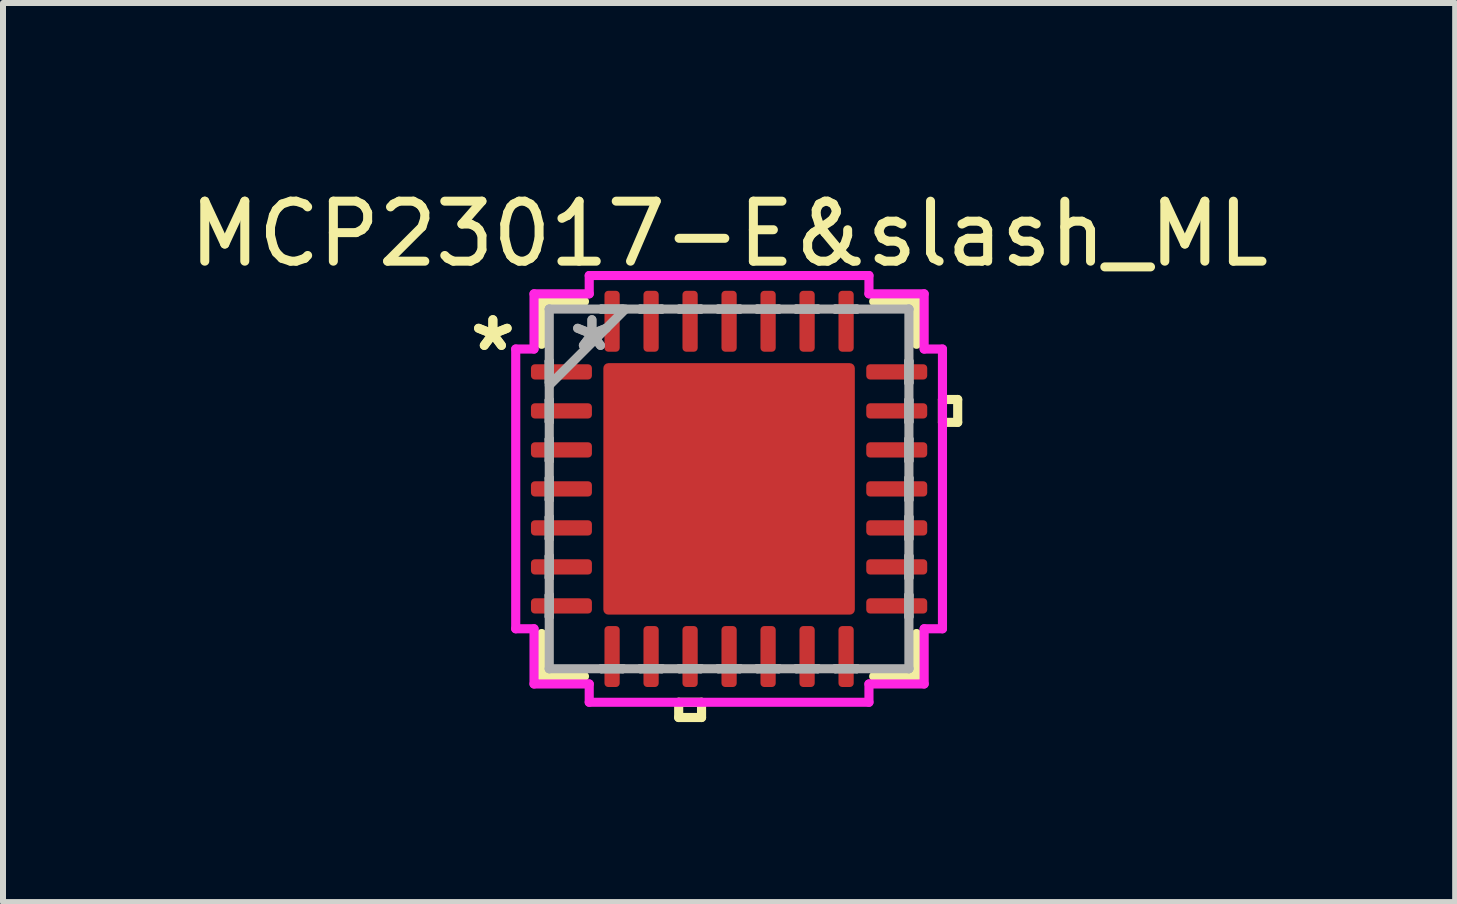
<source format=kicad_pcb>
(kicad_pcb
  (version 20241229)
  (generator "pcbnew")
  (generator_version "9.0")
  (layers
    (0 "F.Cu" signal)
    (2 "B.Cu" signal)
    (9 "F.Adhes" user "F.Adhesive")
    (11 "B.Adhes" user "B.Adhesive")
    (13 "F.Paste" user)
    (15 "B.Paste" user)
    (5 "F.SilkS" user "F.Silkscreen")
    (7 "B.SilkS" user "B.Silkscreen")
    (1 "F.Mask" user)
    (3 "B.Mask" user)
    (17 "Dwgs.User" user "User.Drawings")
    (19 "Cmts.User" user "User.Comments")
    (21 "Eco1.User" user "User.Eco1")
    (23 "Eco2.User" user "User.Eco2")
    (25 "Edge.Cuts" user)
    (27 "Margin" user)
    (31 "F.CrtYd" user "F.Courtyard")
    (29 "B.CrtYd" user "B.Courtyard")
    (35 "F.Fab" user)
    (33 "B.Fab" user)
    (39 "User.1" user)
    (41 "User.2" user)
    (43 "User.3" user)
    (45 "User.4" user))
  (footprint "MCP23017-E&slash_ML"
    (layer "F.Cu")
    (at 9.101 5.098)
    (property "Reference" "MCP23017-E&slash_ML" (at 0 -4.25 0) (layer "F.SilkS") (effects (font (size 1 1) (thickness 0.15))))
    (attr smd)
    (fp_line (start -3.124 -3.124) (end -3.124 -2.41) (stroke (width 0.152) (type solid)) (layer "F.SilkS"))
    (fp_line (start -3.124 2.41) (end -3.124 3.124) (stroke (width 0.152) (type solid)) (layer "F.SilkS"))
    (fp_line (start -3.124 3.124) (end -2.41 3.124) (stroke (width 0.152) (type solid)) (layer "F.SilkS"))
    (fp_line (start -2.41 -3.124) (end -3.124 -3.124) (stroke (width 0.152) (type solid)) (layer "F.SilkS"))
    (fp_line (start -0.84 3.556) (end -0.84 3.81) (stroke (width 0.152) (type solid)) (layer "F.SilkS"))
    (fp_line (start -0.84 3.81) (end -0.459 3.81) (stroke (width 0.152) (type solid)) (layer "F.SilkS"))
    (fp_line (start -0.459 3.556) (end -0.84 3.556) (stroke (width 0.152) (type solid)) (layer "F.SilkS"))
    (fp_line (start -0.459 3.81) (end -0.459 3.556) (stroke (width 0.152) (type solid)) (layer "F.SilkS"))
    (fp_line (start 2.41 3.124) (end 3.124 3.124) (stroke (width 0.152) (type solid)) (layer "F.SilkS"))
    (fp_line (start 3.124 -3.124) (end 2.41 -3.124) (stroke (width 0.152) (type solid)) (layer "F.SilkS"))
    (fp_line (start 3.124 -2.41) (end 3.124 -3.124) (stroke (width 0.152) (type solid)) (layer "F.SilkS"))
    (fp_line (start 3.124 3.124) (end 3.124 2.41) (stroke (width 0.152) (type solid)) (layer "F.SilkS"))
    (fp_line (start 3.556 -1.49) (end 3.81 -1.49) (stroke (width 0.152) (type solid)) (layer "F.SilkS"))
    (fp_line (start 3.556 -1.109) (end 3.556 -1.49) (stroke (width 0.152) (type solid)) (layer "F.SilkS"))
    (fp_line (start 3.81 -1.49) (end 3.81 -1.109) (stroke (width 0.152) (type solid)) (layer "F.SilkS"))
    (fp_line (start 3.81 -1.109) (end 3.556 -1.109) (stroke (width 0.152) (type solid)) (layer "F.SilkS"))
    (fp_line (start -1.996 -1.996) (end -1.996 -0.798) (stroke (width 0.152) (type solid)) (layer "F.Paste"))
    (fp_line (start -1.996 -0.798) (end -0.798 -0.798) (stroke (width 0.152) (type solid)) (layer "F.Paste"))
    (fp_line (start -1.996 -0.599) (end -1.996 0.599) (stroke (width 0.152) (type solid)) (layer "F.Paste"))
    (fp_line (start -1.996 0.599) (end -0.798 0.599) (stroke (width 0.152) (type solid)) (layer "F.Paste"))
    (fp_line (start -1.996 0.798) (end -1.996 1.996) (stroke (width 0.152) (type solid)) (layer "F.Paste"))
    (fp_line (start -1.996 1.996) (end -0.798 1.996) (stroke (width 0.152) (type solid)) (layer "F.Paste"))
    (fp_line (start -0.798 -1.996) (end -1.996 -1.996) (stroke (width 0.152) (type solid)) (layer "F.Paste"))
    (fp_line (start -0.798 -0.798) (end -0.798 -1.996) (stroke (width 0.152) (type solid)) (layer "F.Paste"))
    (fp_line (start -0.798 -0.599) (end -1.996 -0.599) (stroke (width 0.152) (type solid)) (layer "F.Paste"))
    (fp_line (start -0.798 0.599) (end -0.798 -0.599) (stroke (width 0.152) (type solid)) (layer "F.Paste"))
    (fp_line (start -0.798 0.798) (end -1.996 0.798) (stroke (width 0.152) (type solid)) (layer "F.Paste"))
    (fp_line (start -0.798 1.996) (end -0.798 0.798) (stroke (width 0.152) (type solid)) (layer "F.Paste"))
    (fp_line (start -0.599 -1.996) (end -0.599 -0.798) (stroke (width 0.152) (type solid)) (layer "F.Paste"))
    (fp_line (start -0.599 -0.798) (end 0.599 -0.798) (stroke (width 0.152) (type solid)) (layer "F.Paste"))
    (fp_line (start -0.599 -0.599) (end -0.599 0.599) (stroke (width 0.152) (type solid)) (layer "F.Paste"))
    (fp_line (start -0.599 0.599) (end 0.599 0.599) (stroke (width 0.152) (type solid)) (layer "F.Paste"))
    (fp_line (start -0.599 0.798) (end -0.599 1.996) (stroke (width 0.152) (type solid)) (layer "F.Paste"))
    (fp_line (start -0.599 1.996) (end 0.599 1.996) (stroke (width 0.152) (type solid)) (layer "F.Paste"))
    (fp_line (start 0.599 -1.996) (end -0.599 -1.996) (stroke (width 0.152) (type solid)) (layer "F.Paste"))
    (fp_line (start 0.599 -0.798) (end 0.599 -1.996) (stroke (width 0.152) (type solid)) (layer "F.Paste"))
    (fp_line (start 0.599 -0.599) (end -0.599 -0.599) (stroke (width 0.152) (type solid)) (layer "F.Paste"))
    (fp_line (start 0.599 0.599) (end 0.599 -0.599) (stroke (width 0.152) (type solid)) (layer "F.Paste"))
    (fp_line (start 0.599 0.798) (end -0.599 0.798) (stroke (width 0.152) (type solid)) (layer "F.Paste"))
    (fp_line (start 0.599 1.996) (end 0.599 0.798) (stroke (width 0.152) (type solid)) (layer "F.Paste"))
    (fp_line (start 0.798 -1.996) (end 0.798 -0.798) (stroke (width 0.152) (type solid)) (layer "F.Paste"))
    (fp_line (start 0.798 -0.798) (end 1.996 -0.798) (stroke (width 0.152) (type solid)) (layer "F.Paste"))
    (fp_line (start 0.798 -0.599) (end 0.798 0.599) (stroke (width 0.152) (type solid)) (layer "F.Paste"))
    (fp_line (start 0.798 0.599) (end 1.996 0.599) (stroke (width 0.152) (type solid)) (layer "F.Paste"))
    (fp_line (start 0.798 0.798) (end 0.798 1.996) (stroke (width 0.152) (type solid)) (layer "F.Paste"))
    (fp_line (start 0.798 1.996) (end 1.996 1.996) (stroke (width 0.152) (type solid)) (layer "F.Paste"))
    (fp_line (start 1.996 -1.996) (end 0.798 -1.996) (stroke (width 0.152) (type solid)) (layer "F.Paste"))
    (fp_line (start 1.996 -0.798) (end 1.996 -1.996) (stroke (width 0.152) (type solid)) (layer "F.Paste"))
    (fp_line (start 1.996 -0.599) (end 0.798 -0.599) (stroke (width 0.152) (type solid)) (layer "F.Paste"))
    (fp_line (start 1.996 0.599) (end 1.996 -0.599) (stroke (width 0.152) (type solid)) (layer "F.Paste"))
    (fp_line (start 1.996 0.798) (end 0.798 0.798) (stroke (width 0.152) (type solid)) (layer "F.Paste"))
    (fp_line (start 1.996 1.996) (end 1.996 0.798) (stroke (width 0.152) (type solid)) (layer "F.Paste"))
    (fp_line (start -3.556 -2.331) (end -3.251 -2.331) (stroke (width 0.152) (type solid)) (layer "F.CrtYd"))
    (fp_line (start -3.556 2.331) (end -3.556 -2.331) (stroke (width 0.152) (type solid)) (layer "F.CrtYd"))
    (fp_line (start -3.251 -3.251) (end -2.331 -3.251) (stroke (width 0.152) (type solid)) (layer "F.CrtYd"))
    (fp_line (start -3.251 -2.331) (end -3.251 -3.251) (stroke (width 0.152) (type solid)) (layer "F.CrtYd"))
    (fp_line (start -3.251 2.331) (end -3.556 2.331) (stroke (width 0.152) (type solid)) (layer "F.CrtYd"))
    (fp_line (start -3.251 3.251) (end -3.251 2.331) (stroke (width 0.152) (type solid)) (layer "F.CrtYd"))
    (fp_line (start -2.331 -3.556) (end 2.331 -3.556) (stroke (width 0.152) (type solid)) (layer "F.CrtYd"))
    (fp_line (start -2.331 -3.251) (end -2.331 -3.556) (stroke (width 0.152) (type solid)) (layer "F.CrtYd"))
    (fp_line (start -2.331 3.251) (end -3.251 3.251) (stroke (width 0.152) (type solid)) (layer "F.CrtYd"))
    (fp_line (start -2.331 3.556) (end -2.331 3.251) (stroke (width 0.152) (type solid)) (layer "F.CrtYd"))
    (fp_line (start 2.331 -3.556) (end 2.331 -3.251) (stroke (width 0.152) (type solid)) (layer "F.CrtYd"))
    (fp_line (start 2.331 -3.251) (end 3.251 -3.251) (stroke (width 0.152) (type solid)) (layer "F.CrtYd"))
    (fp_line (start 2.331 3.251) (end 2.331 3.556) (stroke (width 0.152) (type solid)) (layer "F.CrtYd"))
    (fp_line (start 2.331 3.556) (end -2.331 3.556) (stroke (width 0.152) (type solid)) (layer "F.CrtYd"))
    (fp_line (start 3.251 -3.251) (end 3.251 -2.331) (stroke (width 0.152) (type solid)) (layer "F.CrtYd"))
    (fp_line (start 3.251 -2.331) (end 3.556 -2.331) (stroke (width 0.152) (type solid)) (layer "F.CrtYd"))
    (fp_line (start 3.251 2.331) (end 3.251 3.251) (stroke (width 0.152) (type solid)) (layer "F.CrtYd"))
    (fp_line (start 3.251 3.251) (end 2.331 3.251) (stroke (width 0.152) (type solid)) (layer "F.CrtYd"))
    (fp_line (start 3.556 -2.331) (end 3.556 2.331) (stroke (width 0.152) (type solid)) (layer "F.CrtYd"))
    (fp_line (start 3.556 2.331) (end 3.251 2.331) (stroke (width 0.152) (type solid)) (layer "F.CrtYd"))
    (fp_line (start -2.997 -2.997) (end -2.997 -2.997) (stroke (width 0.152) (type solid)) (layer "F.Fab"))
    (fp_line (start -2.997 -2.997) (end -2.997 2.997) (stroke (width 0.152) (type solid)) (layer "F.Fab"))
    (fp_line (start -2.997 -2.128) (end -2.997 -2.128) (stroke (width 0.152) (type solid)) (layer "F.Fab"))
    (fp_line (start -2.997 -2.128) (end -2.997 -1.772) (stroke (width 0.152) (type solid)) (layer "F.Fab"))
    (fp_line (start -2.997 -1.772) (end -2.997 -2.128) (stroke (width 0.152) (type solid)) (layer "F.Fab"))
    (fp_line (start -2.997 -1.772) (end -2.997 -1.772) (stroke (width 0.152) (type solid)) (layer "F.Fab"))
    (fp_line (start -2.997 -1.727) (end -1.727 -2.997) (stroke (width 0.152) (type solid)) (layer "F.Fab"))
    (fp_line (start -2.997 -1.478) (end -2.997 -1.478) (stroke (width 0.152) (type solid)) (layer "F.Fab"))
    (fp_line (start -2.997 -1.478) (end -2.997 -1.122) (stroke (width 0.152) (type solid)) (layer "F.Fab"))
    (fp_line (start -2.997 -1.122) (end -2.997 -1.478) (stroke (width 0.152) (type solid)) (layer "F.Fab"))
    (fp_line (start -2.997 -1.122) (end -2.997 -1.122) (stroke (width 0.152) (type solid)) (layer "F.Fab"))
    (fp_line (start -2.997 -0.828) (end -2.997 -0.828) (stroke (width 0.152) (type solid)) (layer "F.Fab"))
    (fp_line (start -2.997 -0.828) (end -2.997 -0.472) (stroke (width 0.152) (type solid)) (layer "F.Fab"))
    (fp_line (start -2.997 -0.472) (end -2.997 -0.828) (stroke (width 0.152) (type solid)) (layer "F.Fab"))
    (fp_line (start -2.997 -0.472) (end -2.997 -0.472) (stroke (width 0.152) (type solid)) (layer "F.Fab"))
    (fp_line (start -2.997 -0.178) (end -2.997 -0.178) (stroke (width 0.152) (type solid)) (layer "F.Fab"))
    (fp_line (start -2.997 -0.178) (end -2.997 0.178) (stroke (width 0.152) (type solid)) (layer "F.Fab"))
    (fp_line (start -2.997 0.178) (end -2.997 -0.178) (stroke (width 0.152) (type solid)) (layer "F.Fab"))
    (fp_line (start -2.997 0.178) (end -2.997 0.178) (stroke (width 0.152) (type solid)) (layer "F.Fab"))
    (fp_line (start -2.997 0.472) (end -2.997 0.472) (stroke (width 0.152) (type solid)) (layer "F.Fab"))
    (fp_line (start -2.997 0.472) (end -2.997 0.828) (stroke (width 0.152) (type solid)) (layer "F.Fab"))
    (fp_line (start -2.997 0.828) (end -2.997 0.472) (stroke (width 0.152) (type solid)) (layer "F.Fab"))
    (fp_line (start -2.997 0.828) (end -2.997 0.828) (stroke (width 0.152) (type solid)) (layer "F.Fab"))
    (fp_line (start -2.997 1.122) (end -2.997 1.122) (stroke (width 0.152) (type solid)) (layer "F.Fab"))
    (fp_line (start -2.997 1.122) (end -2.997 1.478) (stroke (width 0.152) (type solid)) (layer "F.Fab"))
    (fp_line (start -2.997 1.478) (end -2.997 1.122) (stroke (width 0.152) (type solid)) (layer "F.Fab"))
    (fp_line (start -2.997 1.478) (end -2.997 1.478) (stroke (width 0.152) (type solid)) (layer "F.Fab"))
    (fp_line (start -2.997 1.772) (end -2.997 1.772) (stroke (width 0.152) (type solid)) (layer "F.Fab"))
    (fp_line (start -2.997 1.772) (end -2.997 2.128) (stroke (width 0.152) (type solid)) (layer "F.Fab"))
    (fp_line (start -2.997 2.128) (end -2.997 1.772) (stroke (width 0.152) (type solid)) (layer "F.Fab"))
    (fp_line (start -2.997 2.128) (end -2.997 2.128) (stroke (width 0.152) (type solid)) (layer "F.Fab"))
    (fp_line (start -2.997 2.997) (end -2.997 2.997) (stroke (width 0.152) (type solid)) (layer "F.Fab"))
    (fp_line (start -2.997 2.997) (end 2.997 2.997) (stroke (width 0.152) (type solid)) (layer "F.Fab"))
    (fp_line (start -2.128 -2.997) (end -2.128 -2.997) (stroke (width 0.152) (type solid)) (layer "F.Fab"))
    (fp_line (start -2.128 -2.997) (end -1.772 -2.997) (stroke (width 0.152) (type solid)) (layer "F.Fab"))
    (fp_line (start -2.128 2.997) (end -2.128 2.997) (stroke (width 0.152) (type solid)) (layer "F.Fab"))
    (fp_line (start -2.128 2.997) (end -1.772 2.997) (stroke (width 0.152) (type solid)) (layer "F.Fab"))
    (fp_line (start -1.772 -2.997) (end -2.128 -2.997) (stroke (width 0.152) (type solid)) (layer "F.Fab"))
    (fp_line (start -1.772 -2.997) (end -1.772 -2.997) (stroke (width 0.152) (type solid)) (layer "F.Fab"))
    (fp_line (start -1.772 2.997) (end -2.128 2.997) (stroke (width 0.152) (type solid)) (layer "F.Fab"))
    (fp_line (start -1.772 2.997) (end -1.772 2.997) (stroke (width 0.152) (type solid)) (layer "F.Fab"))
    (fp_line (start -1.478 -2.997) (end -1.478 -2.997) (stroke (width 0.152) (type solid)) (layer "F.Fab"))
    (fp_line (start -1.478 -2.997) (end -1.122 -2.997) (stroke (width 0.152) (type solid)) (layer "F.Fab"))
    (fp_line (start -1.478 2.997) (end -1.478 2.997) (stroke (width 0.152) (type solid)) (layer "F.Fab"))
    (fp_line (start -1.478 2.997) (end -1.122 2.997) (stroke (width 0.152) (type solid)) (layer "F.Fab"))
    (fp_line (start -1.122 -2.997) (end -1.478 -2.997) (stroke (width 0.152) (type solid)) (layer "F.Fab"))
    (fp_line (start -1.122 -2.997) (end -1.122 -2.997) (stroke (width 0.152) (type solid)) (layer "F.Fab"))
    (fp_line (start -1.122 2.997) (end -1.478 2.997) (stroke (width 0.152) (type solid)) (layer "F.Fab"))
    (fp_line (start -1.122 2.997) (end -1.122 2.997) (stroke (width 0.152) (type solid)) (layer "F.Fab"))
    (fp_line (start -0.828 -2.997) (end -0.828 -2.997) (stroke (width 0.152) (type solid)) (layer "F.Fab"))
    (fp_line (start -0.828 -2.997) (end -0.472 -2.997) (stroke (width 0.152) (type solid)) (layer "F.Fab"))
    (fp_line (start -0.828 2.997) (end -0.828 2.997) (stroke (width 0.152) (type solid)) (layer "F.Fab"))
    (fp_line (start -0.828 2.997) (end -0.472 2.997) (stroke (width 0.152) (type solid)) (layer "F.Fab"))
    (fp_line (start -0.472 -2.997) (end -0.828 -2.997) (stroke (width 0.152) (type solid)) (layer "F.Fab"))
    (fp_line (start -0.472 -2.997) (end -0.472 -2.997) (stroke (width 0.152) (type solid)) (layer "F.Fab"))
    (fp_line (start -0.472 2.997) (end -0.828 2.997) (stroke (width 0.152) (type solid)) (layer "F.Fab"))
    (fp_line (start -0.472 2.997) (end -0.472 2.997) (stroke (width 0.152) (type solid)) (layer "F.Fab"))
    (fp_line (start -0.178 -2.997) (end -0.178 -2.997) (stroke (width 0.152) (type solid)) (layer "F.Fab"))
    (fp_line (start -0.178 -2.997) (end 0.178 -2.997) (stroke (width 0.152) (type solid)) (layer "F.Fab"))
    (fp_line (start -0.178 2.997) (end -0.178 2.997) (stroke (width 0.152) (type solid)) (layer "F.Fab"))
    (fp_line (start -0.178 2.997) (end 0.178 2.997) (stroke (width 0.152) (type solid)) (layer "F.Fab"))
    (fp_line (start 0.178 -2.997) (end -0.178 -2.997) (stroke (width 0.152) (type solid)) (layer "F.Fab"))
    (fp_line (start 0.178 -2.997) (end 0.178 -2.997) (stroke (width 0.152) (type solid)) (layer "F.Fab"))
    (fp_line (start 0.178 2.997) (end -0.178 2.997) (stroke (width 0.152) (type solid)) (layer "F.Fab"))
    (fp_line (start 0.178 2.997) (end 0.178 2.997) (stroke (width 0.152) (type solid)) (layer "F.Fab"))
    (fp_line (start 0.472 -2.997) (end 0.472 -2.997) (stroke (width 0.152) (type solid)) (layer "F.Fab"))
    (fp_line (start 0.472 -2.997) (end 0.828 -2.997) (stroke (width 0.152) (type solid)) (layer "F.Fab"))
    (fp_line (start 0.472 2.997) (end 0.472 2.997) (stroke (width 0.152) (type solid)) (layer "F.Fab"))
    (fp_line (start 0.472 2.997) (end 0.828 2.997) (stroke (width 0.152) (type solid)) (layer "F.Fab"))
    (fp_line (start 0.828 -2.997) (end 0.472 -2.997) (stroke (width 0.152) (type solid)) (layer "F.Fab"))
    (fp_line (start 0.828 -2.997) (end 0.828 -2.997) (stroke (width 0.152) (type solid)) (layer "F.Fab"))
    (fp_line (start 0.828 2.997) (end 0.472 2.997) (stroke (width 0.152) (type solid)) (layer "F.Fab"))
    (fp_line (start 0.828 2.997) (end 0.828 2.997) (stroke (width 0.152) (type solid)) (layer "F.Fab"))
    (fp_line (start 1.122 -2.997) (end 1.122 -2.997) (stroke (width 0.152) (type solid)) (layer "F.Fab"))
    (fp_line (start 1.122 -2.997) (end 1.478 -2.997) (stroke (width 0.152) (type solid)) (layer "F.Fab"))
    (fp_line (start 1.122 2.997) (end 1.122 2.997) (stroke (width 0.152) (type solid)) (layer "F.Fab"))
    (fp_line (start 1.122 2.997) (end 1.478 2.997) (stroke (width 0.152) (type solid)) (layer "F.Fab"))
    (fp_line (start 1.478 -2.997) (end 1.122 -2.997) (stroke (width 0.152) (type solid)) (layer "F.Fab"))
    (fp_line (start 1.478 -2.997) (end 1.478 -2.997) (stroke (width 0.152) (type solid)) (layer "F.Fab"))
    (fp_line (start 1.478 2.997) (end 1.122 2.997) (stroke (width 0.152) (type solid)) (layer "F.Fab"))
    (fp_line (start 1.478 2.997) (end 1.478 2.997) (stroke (width 0.152) (type solid)) (layer "F.Fab"))
    (fp_line (start 1.772 -2.997) (end 1.772 -2.997) (stroke (width 0.152) (type solid)) (layer "F.Fab"))
    (fp_line (start 1.772 -2.997) (end 2.128 -2.997) (stroke (width 0.152) (type solid)) (layer "F.Fab"))
    (fp_line (start 1.772 2.997) (end 1.772 2.997) (stroke (width 0.152) (type solid)) (layer "F.Fab"))
    (fp_line (start 1.772 2.997) (end 2.128 2.997) (stroke (width 0.152) (type solid)) (layer "F.Fab"))
    (fp_line (start 2.128 -2.997) (end 1.772 -2.997) (stroke (width 0.152) (type solid)) (layer "F.Fab"))
    (fp_line (start 2.128 -2.997) (end 2.128 -2.997) (stroke (width 0.152) (type solid)) (layer "F.Fab"))
    (fp_line (start 2.128 2.997) (end 1.772 2.997) (stroke (width 0.152) (type solid)) (layer "F.Fab"))
    (fp_line (start 2.128 2.997) (end 2.128 2.997) (stroke (width 0.152) (type solid)) (layer "F.Fab"))
    (fp_line (start 2.997 -2.997) (end -2.997 -2.997) (stroke (width 0.152) (type solid)) (layer "F.Fab"))
    (fp_line (start 2.997 -2.997) (end 2.997 -2.997) (stroke (width 0.152) (type solid)) (layer "F.Fab"))
    (fp_line (start 2.997 -2.128) (end 2.997 -2.128) (stroke (width 0.152) (type solid)) (layer "F.Fab"))
    (fp_line (start 2.997 -2.128) (end 2.997 -1.772) (stroke (width 0.152) (type solid)) (layer "F.Fab"))
    (fp_line (start 2.997 -1.772) (end 2.997 -2.128) (stroke (width 0.152) (type solid)) (layer "F.Fab"))
    (fp_line (start 2.997 -1.772) (end 2.997 -1.772) (stroke (width 0.152) (type solid)) (layer "F.Fab"))
    (fp_line (start 2.997 -1.478) (end 2.997 -1.478) (stroke (width 0.152) (type solid)) (layer "F.Fab"))
    (fp_line (start 2.997 -1.478) (end 2.997 -1.122) (stroke (width 0.152) (type solid)) (layer "F.Fab"))
    (fp_line (start 2.997 -1.122) (end 2.997 -1.478) (stroke (width 0.152) (type solid)) (layer "F.Fab"))
    (fp_line (start 2.997 -1.122) (end 2.997 -1.122) (stroke (width 0.152) (type solid)) (layer "F.Fab"))
    (fp_line (start 2.997 -0.828) (end 2.997 -0.828) (stroke (width 0.152) (type solid)) (layer "F.Fab"))
    (fp_line (start 2.997 -0.828) (end 2.997 -0.472) (stroke (width 0.152) (type solid)) (layer "F.Fab"))
    (fp_line (start 2.997 -0.472) (end 2.997 -0.828) (stroke (width 0.152) (type solid)) (layer "F.Fab"))
    (fp_line (start 2.997 -0.472) (end 2.997 -0.472) (stroke (width 0.152) (type solid)) (layer "F.Fab"))
    (fp_line (start 2.997 -0.178) (end 2.997 -0.178) (stroke (width 0.152) (type solid)) (layer "F.Fab"))
    (fp_line (start 2.997 -0.178) (end 2.997 0.178) (stroke (width 0.152) (type solid)) (layer "F.Fab"))
    (fp_line (start 2.997 0.178) (end 2.997 -0.178) (stroke (width 0.152) (type solid)) (layer "F.Fab"))
    (fp_line (start 2.997 0.178) (end 2.997 0.178) (stroke (width 0.152) (type solid)) (layer "F.Fab"))
    (fp_line (start 2.997 0.472) (end 2.997 0.472) (stroke (width 0.152) (type solid)) (layer "F.Fab"))
    (fp_line (start 2.997 0.472) (end 2.997 0.828) (stroke (width 0.152) (type solid)) (layer "F.Fab"))
    (fp_line (start 2.997 0.828) (end 2.997 0.472) (stroke (width 0.152) (type solid)) (layer "F.Fab"))
    (fp_line (start 2.997 0.828) (end 2.997 0.828) (stroke (width 0.152) (type solid)) (layer "F.Fab"))
    (fp_line (start 2.997 1.122) (end 2.997 1.122) (stroke (width 0.152) (type solid)) (layer "F.Fab"))
    (fp_line (start 2.997 1.122) (end 2.997 1.478) (stroke (width 0.152) (type solid)) (layer "F.Fab"))
    (fp_line (start 2.997 1.478) (end 2.997 1.122) (stroke (width 0.152) (type solid)) (layer "F.Fab"))
    (fp_line (start 2.997 1.478) (end 2.997 1.478) (stroke (width 0.152) (type solid)) (layer "F.Fab"))
    (fp_line (start 2.997 1.772) (end 2.997 1.772) (stroke (width 0.152) (type solid)) (layer "F.Fab"))
    (fp_line (start 2.997 1.772) (end 2.997 2.128) (stroke (width 0.152) (type solid)) (layer "F.Fab"))
    (fp_line (start 2.997 2.128) (end 2.997 1.772) (stroke (width 0.152) (type solid)) (layer "F.Fab"))
    (fp_line (start 2.997 2.128) (end 2.997 2.128) (stroke (width 0.152) (type solid)) (layer "F.Fab"))
    (fp_line (start 2.997 2.997) (end 2.997 -2.997) (stroke (width 0.152) (type solid)) (layer "F.Fab"))
    (fp_line (start 2.997 2.997) (end 2.997 2.997) (stroke (width 0.152) (type solid)) (layer "F.Fab"))
    (fp_text user "*" (at -3.937 -2.275 0) (layer "F.SilkS") (effects (font (size 1 1) (thickness 0.15))))
    (fp_text user "*" (at -3.937 -2.275 0) (layer "F.SilkS") (effects (font (size 1 1) (thickness 0.15))))
    (fp_text user "*" (at -2.286 -2.275 0) (layer "F.Fab") (effects (font (size 1 1) (thickness 0.15))))
    (fp_text user "*" (at -2.286 -2.275 0) (layer "F.Fab") (effects (font (size 1 1) (thickness 0.15))))
    (pad "1" smd roundrect (at -2.794 -1.95 90) (size 0.254 1.016) (layers "F.Cu" "F.Mask" "F.Paste") (roundrect_rratio 0.25))
    (pad "2" smd roundrect (at -2.794 -1.3 90) (size 0.254 1.016) (layers "F.Cu" "F.Mask" "F.Paste") (roundrect_rratio 0.25))
    (pad "3" smd roundrect (at -2.794 -0.65 90) (size 0.254 1.016) (layers "F.Cu" "F.Mask" "F.Paste") (roundrect_rratio 0.25))
    (pad "4" smd roundrect (at -2.794 0 90) (size 0.254 1.016) (layers "F.Cu" "F.Mask" "F.Paste") (roundrect_rratio 0.25))
    (pad "5" smd roundrect (at -2.794 0.65 90) (size 0.254 1.016) (layers "F.Cu" "F.Mask" "F.Paste") (roundrect_rratio 0.25))
    (pad "6" smd roundrect (at -2.794 1.3 90) (size 0.254 1.016) (layers "F.Cu" "F.Mask" "F.Paste") (roundrect_rratio 0.25))
    (pad "7" smd roundrect (at -2.794 1.95 90) (size 0.254 1.016) (layers "F.Cu" "F.Mask" "F.Paste") (roundrect_rratio 0.25))
    (pad "8" smd roundrect (at -1.95 2.794) (size 0.254 1.016) (layers "F.Cu" "F.Mask" "F.Paste") (roundrect_rratio 0.25))
    (pad "9" smd roundrect (at -1.3 2.794) (size 0.254 1.016) (layers "F.Cu" "F.Mask" "F.Paste") (roundrect_rratio 0.25))
    (pad "10" smd roundrect (at -0.65 2.794) (size 0.254 1.016) (layers "F.Cu" "F.Mask" "F.Paste") (roundrect_rratio 0.25))
    (pad "11" smd roundrect (at 0 2.794) (size 0.254 1.016) (layers "F.Cu" "F.Mask" "F.Paste") (roundrect_rratio 0.25))
    (pad "12" smd roundrect (at 0.65 2.794) (size 0.254 1.016) (layers "F.Cu" "F.Mask" "F.Paste") (roundrect_rratio 0.25))
    (pad "13" smd roundrect (at 1.3 2.794) (size 0.254 1.016) (layers "F.Cu" "F.Mask" "F.Paste") (roundrect_rratio 0.25))
    (pad "14" smd roundrect (at 1.95 2.794) (size 0.254 1.016) (layers "F.Cu" "F.Mask" "F.Paste") (roundrect_rratio 0.25))
    (pad "15" smd roundrect (at 2.794 1.95 90) (size 0.254 1.016) (layers "F.Cu" "F.Mask" "F.Paste") (roundrect_rratio 0.25))
    (pad "16" smd roundrect (at 2.794 1.3 90) (size 0.254 1.016) (layers "F.Cu" "F.Mask" "F.Paste") (roundrect_rratio 0.25))
    (pad "17" smd roundrect (at 2.794 0.65 90) (size 0.254 1.016) (layers "F.Cu" "F.Mask" "F.Paste") (roundrect_rratio 0.25))
    (pad "18" smd roundrect (at 2.794 0 90) (size 0.254 1.016) (layers "F.Cu" "F.Mask" "F.Paste") (roundrect_rratio 0.25))
    (pad "19" smd roundrect (at 2.794 -0.65 90) (size 0.254 1.016) (layers "F.Cu" "F.Mask" "F.Paste") (roundrect_rratio 0.25))
    (pad "20" smd roundrect (at 2.794 -1.3 90) (size 0.254 1.016) (layers "F.Cu" "F.Mask" "F.Paste") (roundrect_rratio 0.25))
    (pad "21" smd roundrect (at 2.794 -1.95 90) (size 0.254 1.016) (layers "F.Cu" "F.Mask" "F.Paste") (roundrect_rratio 0.25))
    (pad "22" smd roundrect (at 1.95 -2.794) (size 0.254 1.016) (layers "F.Cu" "F.Mask" "F.Paste") (roundrect_rratio 0.25))
    (pad "23" smd roundrect (at 1.3 -2.794) (size 0.254 1.016) (layers "F.Cu" "F.Mask" "F.Paste") (roundrect_rratio 0.25))
    (pad "24" smd roundrect (at 0.65 -2.794) (size 0.254 1.016) (layers "F.Cu" "F.Mask" "F.Paste") (roundrect_rratio 0.25))
    (pad "25" smd roundrect (at 0 -2.794) (size 0.254 1.016) (layers "F.Cu" "F.Mask" "F.Paste") (roundrect_rratio 0.25))
    (pad "26" smd roundrect (at -0.65 -2.794) (size 0.254 1.016) (layers "F.Cu" "F.Mask" "F.Paste") (roundrect_rratio 0.25))
    (pad "27" smd roundrect (at -1.3 -2.794) (size 0.254 1.016) (layers "F.Cu" "F.Mask" "F.Paste") (roundrect_rratio 0.25))
    (pad "28" smd roundrect (at -1.95 -2.794) (size 0.254 1.016) (layers "F.Cu" "F.Mask" "F.Paste") (roundrect_rratio 0.25))
    (pad "29" smd roundrect (at 0 0) (size 4.191 4.191) (layers "F.Cu" "F.Mask" "F.Paste") (roundrect_rratio 0.02)))
  (gr_rect
    (start -3 -3)
    (end 21.202 11.984)
    (stroke (width 0.1) (type default))
    (fill no)
    (layer "Edge.Cuts")))
</source>
